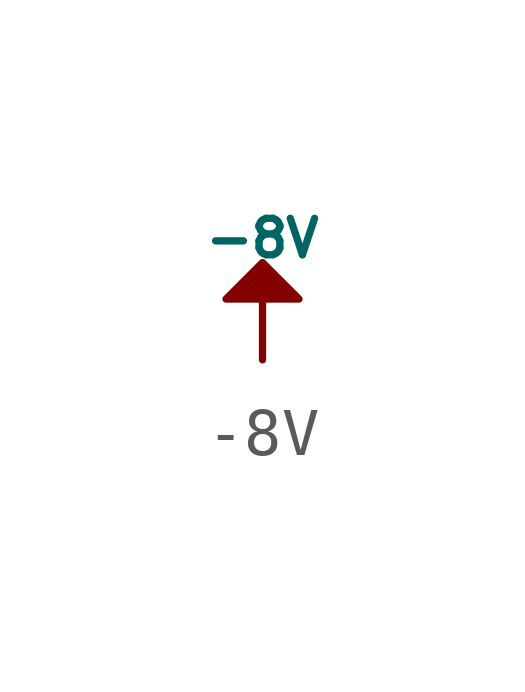
<source format=kicad_sym>
(kicad_symbol_lib
  (version 20211014)
  (generator kicad_symbol_editor)
  (symbol "-8V"
    (pin_names
      (offset 0))
    (property "Reference" "#PWR"
      (at 0 3.302 0)
      (effects (font (size 0.508 0.508)) hide))
    (property "Value" "-8V"
      (at 0 2.54 0)
      (effects (font (size 0.762 0.762))))
    (symbol "-8V_0_0"
      (pin power_in line (at 0 0 90) (length 0) hide (name "-8V" (effects (font (size 0.508 0.508)))) (number "1" (effects (font (size 0.508 0.508))))))
    (symbol "-8V_0_1"
      (polyline (pts (xy 0 0) (xy 0 1.27) (xy 0 1.27)) (stroke (width 0) (type default) (color 0 0 0 0)) (fill (type none)))
      (polyline (pts (xy 0 2.032) (xy 0.762 1.27) (xy -0.508 1.27) (xy -0.762 1.27) (xy 0 2.032) (xy 0 2.032) (xy 0 2.032)) (stroke (width 0) (type default) (color 0 0 0 0)) (fill (type outline))))))
</source>
